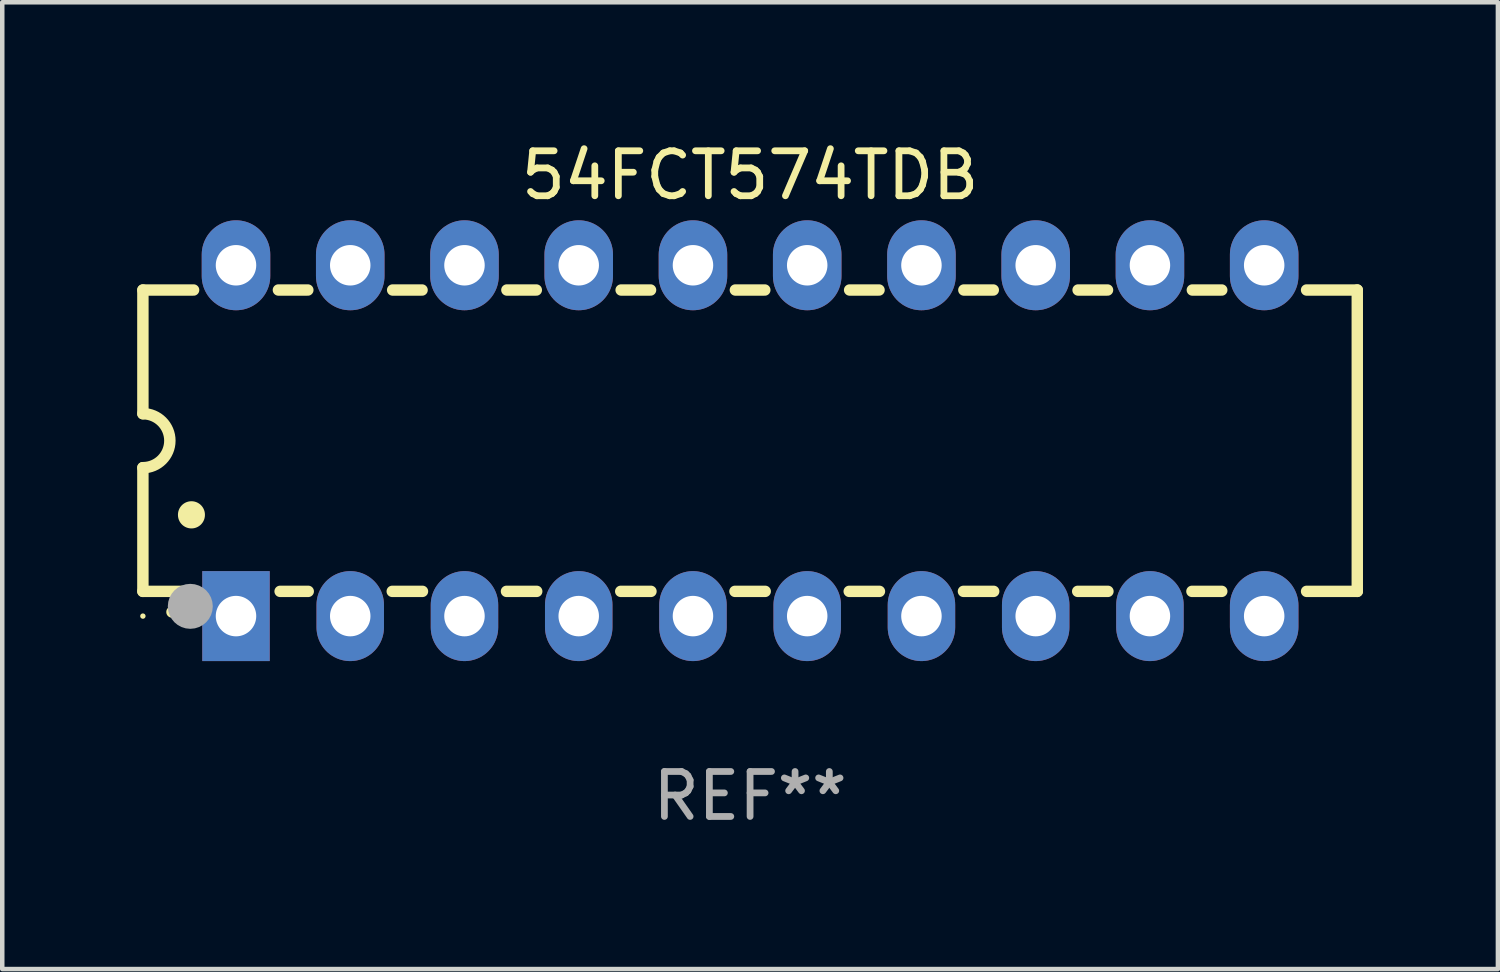
<source format=kicad_pcb>
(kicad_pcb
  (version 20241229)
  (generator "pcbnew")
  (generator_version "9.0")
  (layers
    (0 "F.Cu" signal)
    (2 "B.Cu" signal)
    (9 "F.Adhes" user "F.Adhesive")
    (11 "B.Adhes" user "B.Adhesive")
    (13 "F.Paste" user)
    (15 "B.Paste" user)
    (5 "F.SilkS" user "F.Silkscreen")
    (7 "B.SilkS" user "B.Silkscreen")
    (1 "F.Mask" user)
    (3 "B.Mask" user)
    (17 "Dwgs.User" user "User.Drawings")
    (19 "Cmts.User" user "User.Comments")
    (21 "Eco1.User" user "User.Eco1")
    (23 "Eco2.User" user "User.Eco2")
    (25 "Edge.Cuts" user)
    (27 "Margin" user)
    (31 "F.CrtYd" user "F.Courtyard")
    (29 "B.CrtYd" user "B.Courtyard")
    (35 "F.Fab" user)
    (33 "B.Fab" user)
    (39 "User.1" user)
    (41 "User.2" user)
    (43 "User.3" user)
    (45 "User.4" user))
  (footprint "54FCT574TDB"
    (layer "F.Cu")
    (at 13.627 6.748)
    (property "Reference" "54FCT574TDB" (at 0 -5.9 0) (layer "F.SilkS") (effects (font (size 1 1) (thickness 0.15))))
    (attr through_hole)
    (fp_line (start -13.5 -3.35) (end -12.373 -3.35) (stroke (width 0.254) (type solid)) (layer "F.SilkS"))
    (fp_line (start -13.5 -0.6) (end -13.5 -3.35) (stroke (width 0.254) (type solid)) (layer "F.SilkS"))
    (fp_line (start -13.5 3.35) (end -13.5 0.6) (stroke (width 0.254) (type solid)) (layer "F.SilkS"))
    (fp_line (start -13.5 3.35) (end -12.411 3.35) (stroke (width 0.254) (type solid)) (layer "F.SilkS"))
    (fp_line (start -10.487 -3.35) (end -9.833 -3.35) (stroke (width 0.254) (type solid)) (layer "F.SilkS"))
    (fp_line (start -10.449 3.35) (end -9.824 3.35) (stroke (width 0.254) (type solid)) (layer "F.SilkS"))
    (fp_line (start -7.956 3.35) (end -7.284 3.35) (stroke (width 0.254) (type solid)) (layer "F.SilkS"))
    (fp_line (start -7.947 -3.35) (end -7.293 -3.35) (stroke (width 0.254) (type solid)) (layer "F.SilkS"))
    (fp_line (start -5.416 3.35) (end -4.744 3.35) (stroke (width 0.254) (type solid)) (layer "F.SilkS"))
    (fp_line (start -5.407 -3.35) (end -4.753 -3.35) (stroke (width 0.254) (type solid)) (layer "F.SilkS"))
    (fp_line (start -2.876 3.35) (end -2.204 3.35) (stroke (width 0.254) (type solid)) (layer "F.SilkS"))
    (fp_line (start -2.867 -3.35) (end -2.213 -3.35) (stroke (width 0.254) (type solid)) (layer "F.SilkS"))
    (fp_line (start -0.336 3.35) (end 0.336 3.35) (stroke (width 0.254) (type solid)) (layer "F.SilkS"))
    (fp_line (start -0.327 -3.35) (end 0.327 -3.35) (stroke (width 0.254) (type solid)) (layer "F.SilkS"))
    (fp_line (start 2.204 3.35) (end 2.876 3.35) (stroke (width 0.254) (type solid)) (layer "F.SilkS"))
    (fp_line (start 2.213 -3.35) (end 2.867 -3.35) (stroke (width 0.254) (type solid)) (layer "F.SilkS"))
    (fp_line (start 4.744 3.35) (end 5.416 3.35) (stroke (width 0.254) (type solid)) (layer "F.SilkS"))
    (fp_line (start 4.753 -3.35) (end 5.407 -3.35) (stroke (width 0.254) (type solid)) (layer "F.SilkS"))
    (fp_line (start 7.284 3.35) (end 7.956 3.35) (stroke (width 0.254) (type solid)) (layer "F.SilkS"))
    (fp_line (start 7.293 -3.35) (end 7.947 -3.35) (stroke (width 0.254) (type solid)) (layer "F.SilkS"))
    (fp_line (start 9.824 3.35) (end 10.487 3.35) (stroke (width 0.254) (type solid)) (layer "F.SilkS"))
    (fp_line (start 9.833 -3.35) (end 10.487 -3.35) (stroke (width 0.254) (type solid)) (layer "F.SilkS"))
    (fp_line (start 12.373 -3.35) (end 13.5 -3.35) (stroke (width 0.254) (type solid)) (layer "F.SilkS"))
    (fp_line (start 12.373 3.35) (end 13.5 3.35) (stroke (width 0.254) (type solid)) (layer "F.SilkS"))
    (fp_line (start 13.5 -3.35) (end 13.5 3.35) (stroke (width 0.254) (type solid)) (layer "F.SilkS"))
    (fp_arc (start -13.500127 -0.599442) (mid -12.900406 0.000228) (end -13.500025 0.6) (stroke (width 0.254001) (type solid)) (layer "F.SilkS"))
    (fp_arc (start -12.854966 3.810008) (mid -12.854973 3.808738) (end -12.854966 3.807468) (stroke (width 0.25) (type solid)) (layer "F.SilkS"))
    (fp_arc (start -12.420625 1.651003) (mid -12.420636 1.648463) (end -12.420625 1.645923) (stroke (width 0.6) (type solid)) (layer "F.SilkS"))
    (fp_circle (center -13.5 3.9) (end -13.47 3.9) (stroke (width 0.06) (type solid)) (fill no) (layer "F.SilkS"))
    (fp_circle (center -12.446 3.683) (end -12.196 3.683) (stroke (width 0.5) (type solid)) (fill no) (layer "F.Fab"))
    (fp_text user "REF**" (at 0 7.9 0) (layer "F.Fab") (effects (font (size 1 1) (thickness 0.15))))
    (pad "1" thru_hole rect (at -11.43 3.9 90) (size 2 1.5) (drill 0.9) (layers "*.Cu" "*.Mask"))
    (pad "2" thru_hole oval (at -8.89 3.9 90) (size 2 1.5) (drill 0.9) (layers "*.Cu" "*.Mask"))
    (pad "3" thru_hole oval (at -6.35 3.9 90) (size 2 1.5) (drill 0.9) (layers "*.Cu" "*.Mask"))
    (pad "4" thru_hole oval (at -3.81 3.9 90) (size 2 1.5) (drill 0.9) (layers "*.Cu" "*.Mask"))
    (pad "5" thru_hole oval (at -1.27 3.9 90) (size 2 1.5) (drill 0.9) (layers "*.Cu" "*.Mask"))
    (pad "6" thru_hole oval (at 1.27 3.9 90) (size 2 1.5) (drill 0.9) (layers "*.Cu" "*.Mask"))
    (pad "7" thru_hole oval (at 3.81 3.9 90) (size 2 1.5) (drill 0.9) (layers "*.Cu" "*.Mask"))
    (pad "8" thru_hole oval (at 6.35 3.9 90) (size 2 1.5) (drill 0.9) (layers "*.Cu" "*.Mask"))
    (pad "9" thru_hole oval (at 8.89 3.9 90) (size 2 1.5) (drill 0.9) (layers "*.Cu" "*.Mask"))
    (pad "10" thru_hole oval (at 11.43 3.9 90) (size 2 1.524) (drill 0.9) (layers "*.Cu" "*.Mask"))
    (pad "11" thru_hole oval (at 11.43 -3.9 90) (size 2 1.524) (drill 0.9) (layers "*.Cu" "*.Mask"))
    (pad "12" thru_hole oval (at 8.89 -3.9 90) (size 2 1.524) (drill 0.9) (layers "*.Cu" "*.Mask"))
    (pad "13" thru_hole oval (at 6.35 -3.9 90) (size 2 1.524) (drill 0.9) (layers "*.Cu" "*.Mask"))
    (pad "14" thru_hole oval (at 3.81 -3.9 90) (size 2 1.524) (drill 0.9) (layers "*.Cu" "*.Mask"))
    (pad "15" thru_hole oval (at 1.27 -3.9 90) (size 2 1.524) (drill 0.9) (layers "*.Cu" "*.Mask"))
    (pad "16" thru_hole oval (at -1.27 -3.9 90) (size 2 1.524) (drill 0.9) (layers "*.Cu" "*.Mask"))
    (pad "17" thru_hole oval (at -3.81 -3.9 90) (size 2 1.524) (drill 0.9) (layers "*.Cu" "*.Mask"))
    (pad "18" thru_hole oval (at -6.35 -3.9 90) (size 2 1.524) (drill 0.9) (layers "*.Cu" "*.Mask"))
    (pad "19" thru_hole oval (at -8.89 -3.9 90) (size 2 1.524) (drill 0.9) (layers "*.Cu" "*.Mask"))
    (pad "20" thru_hole oval (at -11.43 -3.9 90) (size 2 1.524) (drill 0.9) (layers "*.Cu" "*.Mask")))
  (gr_rect
    (start -3 -3)
    (end 30.254 18.496)
    (stroke (width 0.1) (type default))
    (fill no)
    (layer "Edge.Cuts")))
</source>
